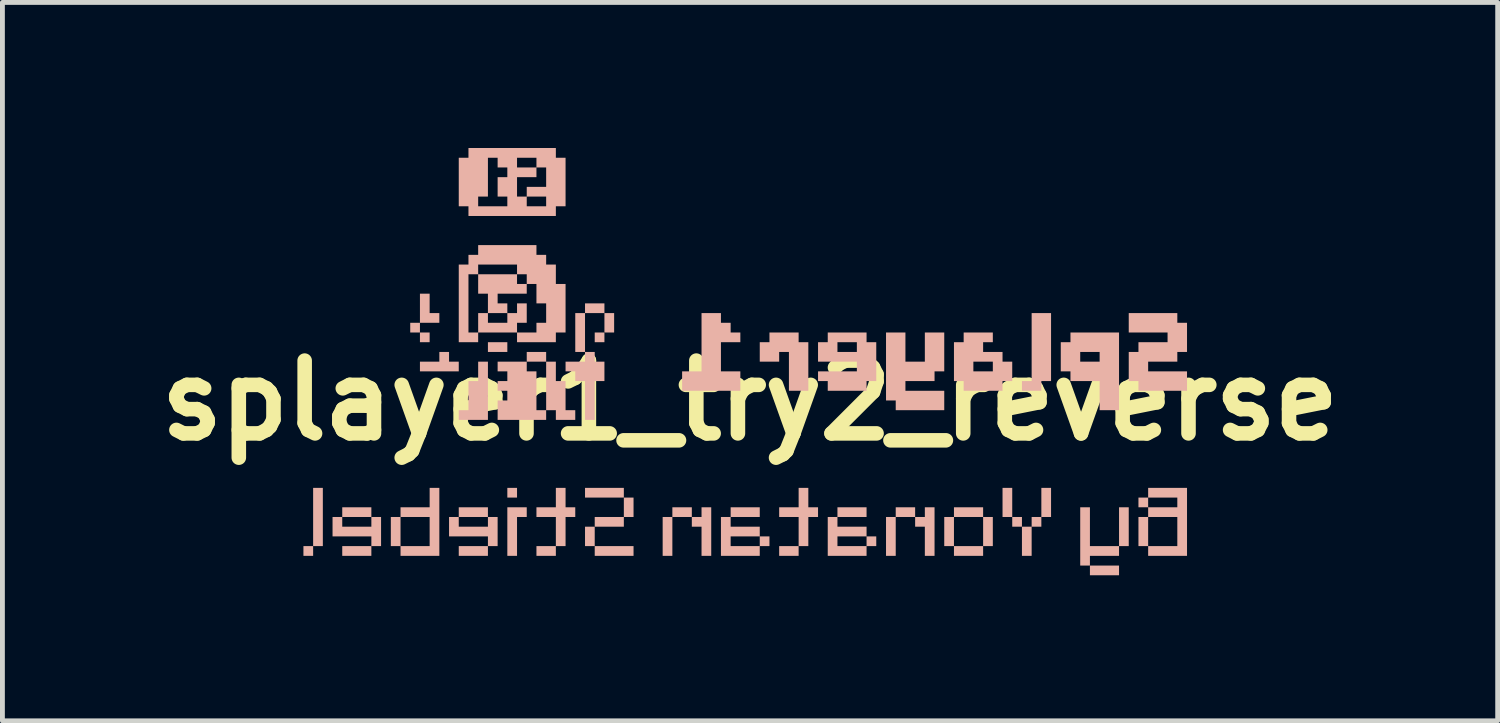
<source format=kicad_pcb>
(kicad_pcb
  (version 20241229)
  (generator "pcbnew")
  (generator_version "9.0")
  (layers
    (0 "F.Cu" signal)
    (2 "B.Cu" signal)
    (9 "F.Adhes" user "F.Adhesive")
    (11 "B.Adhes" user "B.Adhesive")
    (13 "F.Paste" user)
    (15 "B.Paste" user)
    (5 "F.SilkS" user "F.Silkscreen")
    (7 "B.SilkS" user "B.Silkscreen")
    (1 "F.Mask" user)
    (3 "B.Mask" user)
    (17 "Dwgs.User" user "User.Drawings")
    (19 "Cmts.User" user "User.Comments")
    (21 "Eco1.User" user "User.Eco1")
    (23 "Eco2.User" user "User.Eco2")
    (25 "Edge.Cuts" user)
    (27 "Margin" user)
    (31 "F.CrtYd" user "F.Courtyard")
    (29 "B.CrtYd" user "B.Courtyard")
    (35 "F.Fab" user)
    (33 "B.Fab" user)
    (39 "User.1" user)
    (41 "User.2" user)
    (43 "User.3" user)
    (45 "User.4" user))
  (footprint "splayer1_try2_reverse"
    (layer "F.Cu")
    (at 12.007 5.203)
    (property "Reference" "splayer1_try2_reverse" (at 0.4 0 0) (layer "F.SilkS") (effects (font (size 1.5 1.5) (thickness 0.3))))
    (attr board_only exclude_from_pos_files exclude_from_bom)
    (fp_poly (pts (xy -8.804 3.102) (xy -8.804 3.202) (xy -8.704 3.202) (xy -8.604 3.202) (xy -8.604 3.102) (xy -8.604 3.001) (xy -8.704 3.001) (xy -8.804 3.001)) (stroke (width 0) (type solid)) (fill yes) (layer "B.SilkS"))
    (fp_poly (pts (xy -8.604 2.401) (xy -8.604 3.001) (xy -8.504 3.001) (xy -8.404 3.001) (xy -8.404 2.401) (xy -8.404 1.801) (xy -8.504 1.801) (xy -8.604 1.801)) (stroke (width 0) (type solid)) (fill yes) (layer "B.SilkS"))
    (fp_poly (pts (xy -8.004 3.102) (xy -8.004 3.202) (xy -7.704 3.202) (xy -7.404 3.202) (xy -7.404 3.102) (xy -7.404 3.001) (xy -7.704 3.001) (xy -8.004 3.001)) (stroke (width 0) (type solid)) (fill yes) (layer "B.SilkS"))
    (fp_poly (pts (xy -5.603 3.102) (xy -5.603 3.202) (xy -5.303 3.202) (xy -5.002 3.202) (xy -5.002 3.102) (xy -5.002 3.001) (xy -5.303 3.001) (xy -5.603 3.001)) (stroke (width 0) (type solid)) (fill yes) (layer "B.SilkS"))
    (fp_poly (pts (xy -5.002 -1.101) (xy -5.002 -1) (xy -4.802 -1) (xy -4.602 -1) (xy -4.602 -1.101) (xy -4.602 -1.201) (xy -4.802 -1.201) (xy -5.002 -1.201)) (stroke (width 0) (type solid)) (fill yes) (layer "B.SilkS"))
    (fp_poly (pts (xy -4.602 1.901) (xy -4.602 2.001) (xy -4.502 2.001) (xy -4.402 2.001) (xy -4.402 1.901) (xy -4.402 1.801) (xy -4.502 1.801) (xy -4.602 1.801)) (stroke (width 0) (type solid)) (fill yes) (layer "B.SilkS"))
    (fp_poly (pts (xy -4.002 3.102) (xy -4.002 3.202) (xy -3.802 3.202) (xy -3.602 3.202) (xy -3.602 3.102) (xy -3.602 3.001) (xy -3.802 3.001) (xy -4.002 3.001)) (stroke (width 0) (type solid)) (fill yes) (layer "B.SilkS"))
    (fp_poly (pts (xy -2.801 -1.301) (xy -2.801 -1.201) (xy -2.701 -1.201) (xy -2.601 -1.201) (xy -2.601 -1.301) (xy -2.601 -1.401) (xy -2.701 -1.401) (xy -2.801 -1.401)) (stroke (width 0) (type solid)) (fill yes) (layer "B.SilkS"))
    (fp_poly (pts (xy -2.801 2.501) (xy -2.801 2.601) (xy -2.501 2.601) (xy -2.201 2.601) (xy -2.201 2.501) (xy -2.201 2.401) (xy -2.501 2.401) (xy -2.801 2.401)) (stroke (width 0) (type solid)) (fill yes) (layer "B.SilkS"))
    (fp_poly (pts (xy -1.401 2.801) (xy -1.401 3.202) (xy -1.301 3.202) (xy -1.201 3.202) (xy -1.201 2.801) (xy -1.201 2.401) (xy -1.301 2.401) (xy -1.401 2.401)) (stroke (width 0) (type solid)) (fill yes) (layer "B.SilkS"))
    (fp_poly (pts (xy 0.000001 2.301) (xy 0.000001 2.401) (xy 0.3 2.401) (xy 0.6 2.401) (xy 0.6 2.301) (xy 0.6 2.201) (xy 0.3 2.201) (xy 0.000001 2.201)) (stroke (width 0) (type solid)) (fill yes) (layer "B.SilkS"))
    (fp_poly (pts (xy 1 3.102) (xy 1 3.202) (xy 1.201 3.202) (xy 1.401 3.202) (xy 1.401 3.102) (xy 1.401 3.001) (xy 1.201 3.001) (xy 1 3.001)) (stroke (width 0) (type solid)) (fill yes) (layer "B.SilkS"))
    (fp_poly (pts (xy 2.201 2.301) (xy 2.201 2.401) (xy 2.501 2.401) (xy 2.801 2.401) (xy 2.801 2.301) (xy 2.801 2.201) (xy 2.501 2.201) (xy 2.201 2.201)) (stroke (width 0) (type solid)) (fill yes) (layer "B.SilkS"))
    (fp_poly (pts (xy 3.202 2.801) (xy 3.202 3.202) (xy 3.302 3.202) (xy 3.402 3.202) (xy 3.402 2.801) (xy 3.402 2.401) (xy 3.302 2.401) (xy 3.202 2.401)) (stroke (width 0) (type solid)) (fill yes) (layer "B.SilkS"))
    (fp_poly (pts (xy 6.403 2.101) (xy 6.403 2.401) (xy 6.503 2.401) (xy 6.603 2.401) (xy 6.603 2.101) (xy 6.603 1.801) (xy 6.503 1.801) (xy 6.403 1.801)) (stroke (width 0) (type solid)) (fill yes) (layer "B.SilkS"))
    (fp_poly (pts (xy -6.403 -1.901) (xy -6.403 -1.601) (xy -6.203 -1.601) (xy -6.003 -1.601) (xy -6.003 -1.701) (xy -6.003 -1.801) (xy -6.103 -1.801) (xy -6.203 -1.801) (xy -6.203 -2.001) (xy -6.203 -2.201) (xy -6.303 -2.201) (xy -6.403 -2.201)) (stroke (width 0) (type solid)) (fill yes) (layer "B.SilkS"))
    (fp_poly (pts (xy -4.602 2.701) (xy -4.602 3.202) (xy -4.502 3.202) (xy -4.402 3.202) (xy -4.402 2.801) (xy -4.402 2.401) (xy -4.302 2.401) (xy -4.202 2.401) (xy -4.202 2.301) (xy -4.202 2.201) (xy -4.402 2.201) (xy -4.602 2.201)) (stroke (width 0) (type solid)) (fill yes) (layer "B.SilkS"))
    (fp_poly (pts (xy -6.603 -1.501) (xy -6.603 -1.401) (xy -6.503 -1.401) (xy -6.403 -1.401) (xy -6.403 -1.301) (xy -6.403 -1.201) (xy -6.303 -1.201) (xy -6.203 -1.201) (xy -6.203 -1.301) (xy -6.203 -1.401) (xy -6.303 -1.401) (xy -6.403 -1.401) (xy -6.403 -1.501) (xy -6.403 -1.601) (xy -6.503 -1.601) (xy -6.603 -1.601)) (stroke (width 0) (type solid)) (fill yes) (layer "B.SilkS"))
    (fp_poly (pts (xy -6.003 -0.9) (xy -6.003 -0.8) (xy -6.203 -0.8) (xy -6.403 -0.8) (xy -6.403 -0.7) (xy -6.403 -0.6) (xy -6.003 -0.6) (xy -5.603 -0.6) (xy -5.603 -0.7) (xy -5.603 -0.8) (xy -5.703 -0.8) (xy -5.803 -0.8) (xy -5.803 -0.9) (xy -5.803 -1) (xy -5.903 -1) (xy -6.003 -1)) (stroke (width 0) (type solid)) (fill yes) (layer "B.SilkS"))
    (fp_poly (pts (xy -5.203 -0.6) (xy -5.203 -0.4) (xy -5.303 -0.4) (xy -5.403 -0.4) (xy -5.403 -0.1) (xy -5.403 0.2) (xy -5.503 0.2) (xy -5.603 0.2) (xy -5.603 0.3) (xy -5.603 0.4) (xy -5.303 0.4) (xy -5.002 0.4) (xy -5.002 -0.2) (xy -5.002 -0.8) (xy -5.103 -0.8) (xy -5.203 -0.8)) (stroke (width 0) (type solid)) (fill yes) (layer "B.SilkS"))
    (fp_poly (pts (xy -3.001 -1.901) (xy -3.001 -1.801) (xy -2.801 -1.801) (xy -2.601 -1.801) (xy -2.601 -1.601) (xy -2.601 -1.401) (xy -2.501 -1.401) (xy -2.401 -1.401) (xy -2.401 -1.601) (xy -2.401 -1.801) (xy -2.501 -1.801) (xy -2.601 -1.801) (xy -2.601 -1.901) (xy -2.601 -2.001) (xy -2.801 -2.001) (xy -3.001 -2.001)) (stroke (width 0) (type solid)) (fill yes) (layer "B.SilkS"))
    (fp_poly (pts (xy -3.001 1.901) (xy -3.001 2.001) (xy -2.601 2.001) (xy -2.201 2.001) (xy -2.201 2.201) (xy -2.201 2.401) (xy -2.101 2.401) (xy -2.001 2.401) (xy -2.001 2.201) (xy -2.001 2.001) (xy -2.101 2.001) (xy -2.201 2.001) (xy -2.201 1.901) (xy -2.201 1.801) (xy -2.601 1.801) (xy -3.001 1.801)) (stroke (width 0) (type solid)) (fill yes) (layer "B.SilkS"))
    (fp_poly (pts (xy -3.001 2.801) (xy -3.001 3.001) (xy -2.901 3.001) (xy -2.801 3.001) (xy -2.801 3.102) (xy -2.801 3.202) (xy -2.401 3.202) (xy -2.001 3.202) (xy -2.001 3.102) (xy -2.001 3.001) (xy -2.401 3.001) (xy -2.801 3.001) (xy -2.801 2.801) (xy -2.801 2.601) (xy -2.901 2.601) (xy -3.001 2.601)) (stroke (width 0) (type solid)) (fill yes) (layer "B.SilkS"))
    (fp_poly (pts (xy 6.203 -1.101) (xy 6.203 -0.4) (xy 6.103 -0.4) (xy 6.003 -0.4) (xy 6.003 -0.3) (xy 6.003 -0.2) (xy 6.203 -0.2) (xy 6.403 -0.2) (xy 6.403 -0.3) (xy 6.403 -0.4) (xy 6.503 -0.4) (xy 6.603 -0.4) (xy 6.603 -1.101) (xy 6.603 -1.801) (xy 6.403 -1.801) (xy 6.203 -1.801)) (stroke (width 0) (type solid)) (fill yes) (layer "B.SilkS"))
    (fp_poly (pts (xy -5.203 -2.401) (xy -5.203 -2.201) (xy -5.103 -2.201) (xy -5.002 -2.201) (xy -5.002 -2.001) (xy -5.002 -1.801) (xy -4.802 -1.801) (xy -4.602 -1.801) (xy -4.602 -1.901) (xy -4.602 -2.001) (xy -4.702 -2.001) (xy -4.802 -2.001) (xy -4.802 -2.101) (xy -4.802 -2.201) (xy -4.502 -2.201) (xy -4.202 -2.201) (xy -4.202 -2.301) (xy -4.202 -2.401) (xy -4.302 -2.401) (xy -4.402 -2.401) (xy -4.402 -2.501) (xy -4.402 -2.601) (xy -4.802 -2.601) (xy -5.203 -2.601)) (stroke (width 0) (type solid)) (fill yes) (layer "B.SilkS"))
    (fp_poly (pts (xy -3.602 2.001) (xy -3.602 2.201) (xy -3.802 2.201) (xy -4.002 2.201) (xy -4.002 2.301) (xy -4.002 2.401) (xy -3.802 2.401) (xy -3.602 2.401) (xy -3.602 2.701) (xy -3.602 3.001) (xy -3.502 3.001) (xy -3.402 3.001) (xy -3.402 2.701) (xy -3.402 2.401) (xy -3.302 2.401) (xy -3.202 2.401) (xy -3.202 2.301) (xy -3.202 2.201) (xy -3.302 2.201) (xy -3.402 2.201) (xy -3.402 2.001) (xy -3.402 1.801) (xy -3.502 1.801) (xy -3.602 1.801)) (stroke (width 0) (type solid)) (fill yes) (layer "B.SilkS"))
    (fp_poly (pts (xy -0.6 2.301) (xy -0.6 2.401) (xy -0.7 2.401) (xy -0.8 2.401) (xy -0.8 2.301) (xy -0.8 2.201) (xy -1 2.201) (xy -1.201 2.201) (xy -1.201 2.301) (xy -1.201 2.401) (xy -1 2.401) (xy -0.8 2.401) (xy -0.8 2.501) (xy -0.8 2.601) (xy -0.7 2.601) (xy -0.6 2.601) (xy -0.6 2.901) (xy -0.6 3.202) (xy -0.5 3.202) (xy -0.4 3.202) (xy -0.4 2.701) (xy -0.4 2.201) (xy -0.5 2.201) (xy -0.6 2.201)) (stroke (width 0) (type solid)) (fill yes) (layer "B.SilkS"))
    (fp_poly (pts (xy 0.8 -1.301) (xy 0.8 -1.201) (xy 0.7 -1.201) (xy 0.6 -1.201) (xy 0.6 -1) (xy 0.6 -0.8) (xy 0.8 -0.8) (xy 1 -0.8) (xy 1 -0.9) (xy 1 -1) (xy 1.101 -1) (xy 1.201 -1) (xy 1.201 -0.6) (xy 1.201 -0.2) (xy 1.401 -0.2) (xy 1.601 -0.2) (xy 1.601 -0.7) (xy 1.601 -1.201) (xy 1.501 -1.201) (xy 1.401 -1.201) (xy 1.401 -1.301) (xy 1.401 -1.401) (xy 1.101 -1.401) (xy 0.8 -1.401)) (stroke (width 0) (type solid)) (fill yes) (layer "B.SilkS"))
    (fp_poly (pts (xy 1.401 2.001) (xy 1.401 2.201) (xy 1.201 2.201) (xy 1 2.201) (xy 1 2.301) (xy 1 2.401) (xy 1.201 2.401) (xy 1.401 2.401) (xy 1.401 2.701) (xy 1.401 3.001) (xy 1.501 3.001) (xy 1.601 3.001) (xy 1.601 2.701) (xy 1.601 2.401) (xy 1.701 2.401) (xy 1.801 2.401) (xy 1.801 2.301) (xy 1.801 2.201) (xy 1.701 2.201) (xy 1.601 2.201) (xy 1.601 2.001) (xy 1.601 1.801) (xy 1.501 1.801) (xy 1.401 1.801)) (stroke (width 0) (type solid)) (fill yes) (layer "B.SilkS"))
    (fp_poly (pts (xy 4.002 2.301) (xy 4.002 2.401) (xy 3.902 2.401) (xy 3.802 2.401) (xy 3.802 2.301) (xy 3.802 2.201) (xy 3.602 2.201) (xy 3.402 2.201) (xy 3.402 2.301) (xy 3.402 2.401) (xy 3.602 2.401) (xy 3.802 2.401) (xy 3.802 2.501) (xy 3.802 2.601) (xy 3.902 2.601) (xy 4.002 2.601) (xy 4.002 2.901) (xy 4.002 3.202) (xy 4.102 3.202) (xy 4.202 3.202) (xy 4.202 2.701) (xy 4.202 2.201) (xy 4.102 2.201) (xy 4.002 2.201)) (stroke (width 0) (type solid)) (fill yes) (layer "B.SilkS"))
    (fp_poly (pts (xy -8.004 2.301) (xy -8.004 2.401) (xy -7.704 2.401) (xy -7.404 2.401) (xy -7.404 2.501) (xy -7.404 2.601) (xy -7.704 2.601) (xy -8.004 2.601) (xy -8.004 2.501) (xy -8.004 2.401) (xy -8.104 2.401) (xy -8.204 2.401) (xy -8.204 2.601) (xy -8.204 2.801) (xy -7.804 2.801) (xy -7.404 2.801) (xy -7.404 2.901) (xy -7.404 3.001) (xy -7.304 3.001) (xy -7.204 3.001) (xy -7.204 2.701) (xy -7.204 2.401) (xy -7.304 2.401) (xy -7.404 2.401) (xy -7.404 2.301) (xy -7.404 2.201) (xy -7.704 2.201) (xy -8.004 2.201)) (stroke (width 0) (type solid)) (fill yes) (layer "B.SilkS"))
    (fp_poly (pts (xy -6.203 2.001) (xy -6.203 2.201) (xy -6.503 2.201) (xy -6.803 2.201) (xy -6.803 2.301) (xy -6.803 2.401) (xy -6.503 2.401) (xy -6.203 2.401) (xy -6.203 2.701) (xy -6.203 3.001) (xy -6.503 3.001) (xy -6.803 3.001) (xy -6.803 2.701) (xy -6.803 2.401) (xy -6.903 2.401) (xy -7.003 2.401) (xy -7.003 2.701) (xy -7.003 3.001) (xy -6.903 3.001) (xy -6.803 3.001) (xy -6.803 3.102) (xy -6.803 3.202) (xy -6.403 3.202) (xy -6.003 3.202) (xy -6.003 2.501) (xy -6.003 1.801) (xy -6.103 1.801) (xy -6.203 1.801)) (stroke (width 0) (type solid)) (fill yes) (layer "B.SilkS"))
    (fp_poly (pts (xy -5.603 2.301) (xy -5.603 2.401) (xy -5.303 2.401) (xy -5.002 2.401) (xy -5.002 2.501) (xy -5.002 2.601) (xy -5.303 2.601) (xy -5.603 2.601) (xy -5.603 2.501) (xy -5.603 2.401) (xy -5.703 2.401) (xy -5.803 2.401) (xy -5.803 2.601) (xy -5.803 2.801) (xy -5.403 2.801) (xy -5.002 2.801) (xy -5.002 2.901) (xy -5.002 3.001) (xy -4.902 3.001) (xy -4.802 3.001) (xy -4.802 2.701) (xy -4.802 2.401) (xy -4.902 2.401) (xy -5.002 2.401) (xy -5.002 2.301) (xy -5.002 2.201) (xy -5.303 2.201) (xy -5.603 2.201)) (stroke (width 0) (type solid)) (fill yes) (layer "B.SilkS"))
    (fp_poly (pts (xy -0.6 -1.201) (xy -0.6 -0.6) (xy -0.8 -0.6) (xy -1 -0.6) (xy -1 -0.4) (xy -1 -0.2) (xy -0.4 -0.2) (xy 0.2 -0.2) (xy 0.2 -0.4) (xy 0.2 -0.6) (xy 0.000001 -0.6) (xy -0.2 -0.6) (xy -0.2 -0.9) (xy -0.2 -1.201) (xy 0.000001 -1.201) (xy 0.2 -1.201) (xy 0.2 -1.301) (xy 0.2 -1.401) (xy 0.1 -1.401) (xy 0.000001 -1.401) (xy 0.000001 -1.501) (xy 0.000001 -1.601) (xy -0.1 -1.601) (xy -0.2 -1.601) (xy -0.2 -1.701) (xy -0.2 -1.801) (xy -0.4 -1.801) (xy -0.6 -1.801)) (stroke (width 0) (type solid)) (fill yes) (layer "B.SilkS"))
    (fp_poly (pts (xy -0.2 2.801) (xy -0.2 3.202) (xy 0.2 3.202) (xy 0.6 3.202) (xy 0.6 3.102) (xy 0.6 3.001) (xy 0.7 3.001) (xy 0.8 3.001) (xy 0.8 2.901) (xy 0.8 2.801) (xy 0.7 2.801) (xy 0.6 2.801) (xy 0.6 2.901) (xy 0.6 3.001) (xy 0.3 3.001) (xy 0.000001 3.001) (xy 0.000001 2.901) (xy 0.000001 2.801) (xy 0.3 2.801) (xy 0.6 2.801) (xy 0.6 2.701) (xy 0.6 2.601) (xy 0.3 2.601) (xy 0.000001 2.601) (xy 0.000001 2.501) (xy 0.000001 2.401) (xy -0.1 2.401) (xy -0.2 2.401)) (stroke (width 0) (type solid)) (fill yes) (layer "B.SilkS"))
    (fp_poly (pts (xy 2.001 2.801) (xy 2.001 3.202) (xy 2.401 3.202) (xy 2.801 3.202) (xy 2.801 3.102) (xy 2.801 3.001) (xy 2.901 3.001) (xy 3.001 3.001) (xy 3.001 2.901) (xy 3.001 2.801) (xy 2.901 2.801) (xy 2.801 2.801) (xy 2.801 2.901) (xy 2.801 3.001) (xy 2.501 3.001) (xy 2.201 3.001) (xy 2.201 2.901) (xy 2.201 2.801) (xy 2.501 2.801) (xy 2.801 2.801) (xy 2.801 2.701) (xy 2.801 2.601) (xy 2.501 2.601) (xy 2.201 2.601) (xy 2.201 2.501) (xy 2.201 2.401) (xy 2.101 2.401) (xy 2.001 2.401)) (stroke (width 0) (type solid)) (fill yes) (layer "B.SilkS"))
    (fp_poly (pts (xy 7.003 -1.301) (xy 7.003 -1.201) (xy 6.903 -1.201) (xy 6.803 -1.201) (xy 6.803 -0.9) (xy 6.803 -0.6) (xy 6.903 -0.6) (xy 7.003 -0.6) (xy 7.003 -0.5) (xy 7.003 -0.4) (xy 7.304 -0.4) (xy 7.604 -0.4) (xy 7.604 -0.1) (xy 7.604 0.2) (xy 7.804 0.2) (xy 8.004 0.2) (xy 8.004 -0.6) (xy 8.004 -1) (xy 7.604 -1) (xy 7.604 -0.9) (xy 7.604 -0.8) (xy 7.404 -0.8) (xy 7.204 -0.8) (xy 7.204 -0.9) (xy 7.204 -1) (xy 7.404 -1) (xy 7.604 -1) (xy 8.004 -1) (xy 8.004 -1.401) (xy 7.504 -1.401) (xy 7.003 -1.401)) (stroke (width 0) (type solid)) (fill yes) (layer "B.SilkS"))
    (fp_poly (pts (xy 4.002 -1.101) (xy 4.002 -0.8) (xy 3.802 -0.8) (xy 3.602 -0.8) (xy 3.602 -1.101) (xy 3.602 -1.401) (xy 3.402 -1.401) (xy 3.202 -1.401) (xy 3.202 -0.7) (xy 3.202 0) (xy 3.302 0) (xy 3.402 0) (xy 3.402 0.1) (xy 3.402 0.2) (xy 3.902 0.2) (xy 4.402 0.2) (xy 4.402 0) (xy 4.402 -0.2) (xy 4.002 -0.2) (xy 3.602 -0.2) (xy 3.602 -0.3) (xy 3.602 -0.4) (xy 3.902 -0.4) (xy 4.202 -0.4) (xy 4.202 -0.5) (xy 4.202 -0.6) (xy 4.302 -0.6) (xy 4.402 -0.6) (xy 4.402 -1) (xy 4.402 -1.401) (xy 4.202 -1.401) (xy 4.002 -1.401)) (stroke (width 0) (type solid)) (fill yes) (layer "B.SilkS"))
    (fp_poly (pts (xy 4.602 2.301) (xy 4.602 2.401) (xy 4.902 2.401) (xy 5.203 2.401) (xy 5.203 2.701) (xy 5.203 3.001) (xy 4.902 3.001) (xy 4.602 3.001) (xy 4.602 2.701) (xy 4.602 2.401) (xy 4.502 2.401) (xy 4.402 2.401) (xy 4.402 2.701) (xy 4.402 3.001) (xy 4.502 3.001) (xy 4.602 3.001) (xy 4.602 3.102) (xy 4.602 3.202) (xy 4.902 3.202) (xy 5.203 3.202) (xy 5.203 3.102) (xy 5.203 3.001) (xy 5.303 3.001) (xy 5.403 3.001) (xy 5.403 2.701) (xy 5.403 2.401) (xy 5.303 2.401) (xy 5.203 2.401) (xy 5.203 2.301) (xy 5.203 2.201) (xy 4.902 2.201) (xy 4.602 2.201)) (stroke (width 0) (type solid)) (fill yes) (layer "B.SilkS"))
    (fp_poly (pts (xy 5.603 2.101) (xy 5.603 2.401) (xy 5.703 2.401) (xy 5.803 2.401) (xy 5.803 2.501) (xy 5.803 2.601) (xy 5.903 2.601) (xy 6.003 2.601) (xy 6.003 2.901) (xy 6.003 3.202) (xy 6.103 3.202) (xy 6.203 3.202) (xy 6.203 2.901) (xy 6.203 2.601) (xy 6.303 2.601) (xy 6.403 2.601) (xy 6.403 2.501) (xy 6.403 2.401) (xy 6.303 2.401) (xy 6.203 2.401) (xy 6.203 2.501) (xy 6.203 2.601) (xy 6.103 2.601) (xy 6.003 2.601) (xy 6.003 2.501) (xy 6.003 2.401) (xy 5.903 2.401) (xy 5.803 2.401) (xy 5.803 2.101) (xy 5.803 1.801) (xy 5.703 1.801) (xy 5.603 1.801)) (stroke (width 0) (type solid)) (fill yes) (layer "B.SilkS"))
    (fp_poly (pts (xy 8.004 2.601) (xy 8.004 3.001) (xy 7.704 3.001) (xy 7.404 3.001) (xy 7.404 2.601) (xy 7.404 2.201) (xy 7.304 2.201) (xy 7.204 2.201) (xy 7.204 2.801) (xy 7.204 3.402) (xy 7.304 3.402) (xy 7.404 3.402) (xy 7.404 3.502) (xy 7.404 3.602) (xy 7.704 3.602) (xy 8.004 3.602) (xy 8.004 3.502) (xy 8.004 3.402) (xy 7.704 3.402) (xy 7.404 3.402) (xy 7.404 3.302) (xy 7.404 3.202) (xy 7.704 3.202) (xy 8.004 3.202) (xy 8.004 3.102) (xy 8.004 3.001) (xy 8.104 3.001) (xy 8.204 3.001) (xy 8.204 2.601) (xy 8.204 2.201) (xy 8.104 2.201) (xy 8.004 2.201)) (stroke (width 0) (type solid)) (fill yes) (layer "B.SilkS"))
    (fp_poly (pts (xy -3.202 -1.401) (xy -3.202 -1) (xy -3.102 -1) (xy -3.001 -1) (xy -3.001 -0.9) (xy -3.001 -0.8) (xy -3.202 -0.8) (xy -3.402 -0.8) (xy -3.402 -0.7) (xy -3.402 -0.6) (xy -3.302 -0.6) (xy -3.202 -0.6) (xy -3.202 -0.5) (xy -3.202 -0.4) (xy -3.102 -0.4) (xy -3.001 -0.4) (xy -3.001 0) (xy -3.001 0.4) (xy -2.901 0.4) (xy -2.801 0.4) (xy -2.801 0) (xy -2.801 -0.4) (xy -2.701 -0.4) (xy -2.601 -0.4) (xy -2.601 -0.6) (xy -2.601 -0.8) (xy -2.701 -0.8) (xy -2.801 -0.8) (xy -2.801 -0.9) (xy -2.801 -1) (xy -2.901 -1) (xy -3.001 -1) (xy -3.001 -1.401) (xy -3.001 -1.801) (xy -3.102 -1.801) (xy -3.202 -1.801)) (stroke (width 0) (type solid)) (fill yes) (layer "B.SilkS"))
    (fp_poly (pts (xy 8.204 -1.601) (xy 8.204 -1.401) (xy 8.604 -1.401) (xy 9.004 -1.401) (xy 9.004 -1.301) (xy 9.004 -1.201) (xy 8.704 -1.201) (xy 8.404 -1.201) (xy 8.404 -1.101) (xy 8.404 -1) (xy 8.304 -1) (xy 8.204 -1) (xy 8.204 -0.7) (xy 8.204 -0.4) (xy 8.304 -0.4) (xy 8.404 -0.4) (xy 8.404 -0.3) (xy 8.404 -0.2) (xy 8.904 -0.2) (xy 9.405 -0.2) (xy 9.405 -0.4) (xy 9.405 -0.6) (xy 9.004 -0.6) (xy 8.604 -0.6) (xy 8.604 -0.7) (xy 8.604 -0.8) (xy 8.904 -0.8) (xy 9.205 -0.8) (xy 9.205 -0.9) (xy 9.205 -1) (xy 9.305 -1) (xy 9.405 -1) (xy 9.405 -1.301) (xy 9.405 -1.601) (xy 9.305 -1.601) (xy 9.205 -1.601) (xy 9.205 -1.701) (xy 9.205 -1.801) (xy 8.704 -1.801) (xy 8.204 -1.801)) (stroke (width 0) (type solid)) (fill yes) (layer "B.SilkS"))
    (fp_poly (pts (xy 8.604 1.901) (xy 8.604 2.001) (xy 8.904 2.001) (xy 9.205 2.001) (xy 9.205 2.101) (xy 9.205 2.201) (xy 8.904 2.201) (xy 8.604 2.201) (xy 8.604 2.101) (xy 8.604 2.001) (xy 8.504 2.001) (xy 8.404 2.001) (xy 8.404 2.101) (xy 8.404 2.201) (xy 8.504 2.201) (xy 8.604 2.201) (xy 8.604 2.301) (xy 8.604 2.401) (xy 8.904 2.401) (xy 9.205 2.401) (xy 9.205 2.701) (xy 9.205 3.001) (xy 8.904 3.001) (xy 8.604 3.001) (xy 8.604 2.701) (xy 8.604 2.401) (xy 8.504 2.401) (xy 8.404 2.401) (xy 8.404 2.701) (xy 8.404 3.001) (xy 8.504 3.001) (xy 8.604 3.001) (xy 8.604 3.102) (xy 8.604 3.202) (xy 9.004 3.202) (xy 9.405 3.202) (xy 9.405 2.501) (xy 9.405 1.801) (xy 9.004 1.801) (xy 8.604 1.801)) (stroke (width 0) (type solid)) (fill yes) (layer "B.SilkS"))
    (fp_poly (pts (xy 2.001 -1.301) (xy 2.001 -1.201) (xy 1.901 -1.201) (xy 1.801 -1.201) (xy 1.801 -1) (xy 1.801 -0.8) (xy 2.201 -0.8) (xy 2.601 -0.8) (xy 2.601 -0.7) (xy 2.601 -0.6) (xy 2.201 -0.6) (xy 1.801 -0.6) (xy 1.801 -0.5) (xy 1.801 -0.4) (xy 1.901 -0.4) (xy 2.001 -0.4) (xy 2.001 -0.3) (xy 2.001 -0.2) (xy 2.401 -0.2) (xy 2.801 -0.2) (xy 2.801 -0.3) (xy 2.801 -0.4) (xy 2.901 -0.4) (xy 3.001 -0.4) (xy 3.001 -0.8) (xy 3.001 -1.201) (xy 2.901 -1.201) (xy 2.801 -1.201) (xy 2.601 -1.201) (xy 2.601 -1.101) (xy 2.601 -1) (xy 2.401 -1) (xy 2.201 -1) (xy 2.201 -1.101) (xy 2.201 -1.201) (xy 2.401 -1.201) (xy 2.601 -1.201) (xy 2.801 -1.201) (xy 2.801 -1.301) (xy 2.801 -1.401) (xy 2.401 -1.401) (xy 2.001 -1.401)) (stroke (width 0) (type solid)) (fill yes) (layer "B.SilkS"))
    (fp_poly (pts (xy 4.802 -1.301) (xy 4.802 -1.201) (xy 4.702 -1.201) (xy 4.602 -1.201) (xy 4.602 -0.8) (xy 4.602 -0.4) (xy 4.702 -0.4) (xy 4.802 -0.4) (xy 4.802 -0.3) (xy 4.802 -0.2) (xy 5.203 -0.2) (xy 5.603 -0.2) (xy 5.603 -0.3) (xy 5.603 -0.4) (xy 5.703 -0.4) (xy 5.803 -0.4) (xy 5.803 -0.6) (xy 5.803 -0.8) (xy 5.703 -0.8) (xy 5.603 -0.8) (xy 5.403 -0.8) (xy 5.403 -0.7) (xy 5.403 -0.6) (xy 5.203 -0.6) (xy 5.002 -0.6) (xy 5.002 -0.7) (xy 5.002 -0.8) (xy 5.203 -0.8) (xy 5.403 -0.8) (xy 5.603 -0.8) (xy 5.603 -0.9) (xy 5.603 -1) (xy 5.403 -1) (xy 5.203 -1) (xy 5.203 -1.101) (xy 5.203 -1.201) (xy 5.303 -1.201) (xy 5.403 -1.201) (xy 5.403 -1.301) (xy 5.403 -1.401) (xy 5.103 -1.401) (xy 4.802 -1.401)) (stroke (width 0) (type solid)) (fill yes) (layer "B.SilkS"))
    (fp_poly (pts (xy -4.202 -0.9) (xy -4.202 -0.8) (xy -4.002 -0.8) (xy -3.802 -0.8) (xy -3.802 -0.3) (xy -3.802 0.2) (xy -3.902 0.2) (xy -4.002 0.2) (xy -4.002 -0.2) (xy -4.002 -0.6) (xy -4.102 -0.6) (xy -4.202 -0.6) (xy -4.202 -0.7) (xy -4.202 -0.8) (xy -4.502 -0.8) (xy -4.802 -0.8) (xy -4.802 -0.7) (xy -4.802 -0.6) (xy -4.702 -0.6) (xy -4.602 -0.6) (xy -4.602 -0.5) (xy -4.602 -0.4) (xy -4.702 -0.4) (xy -4.802 -0.4) (xy -4.802 -0.3) (xy -4.802 -0.2) (xy -4.702 -0.2) (xy -4.602 -0.2) (xy -4.602 -0.1) (xy -4.602 0) (xy -4.702 0) (xy -4.802 0) (xy -4.802 0.2) (xy -4.802 0.4) (xy -4.302 0.4) (xy -3.802 0.4) (xy -3.802 0.3) (xy -3.802 0.2) (xy -3.702 0.2) (xy -3.602 0.2) (xy -3.602 0.3) (xy -3.602 0.4) (xy -3.402 0.4) (xy -3.202 0.4) (xy -3.202 0.3) (xy -3.202 0.2) (xy -3.302 0.2) (xy -3.402 0.2) (xy -3.402 -0.1) (xy -3.402 -0.4) (xy -3.502 -0.4) (xy -3.602 -0.4) (xy -3.602 -0.6) (xy -3.602 -0.8) (xy -3.702 -0.8) (xy -3.802 -0.8) (xy -3.802 -0.9) (xy -3.802 -1) (xy -4.002 -1) (xy -4.202 -1)) (stroke (width 0) (type solid)) (fill yes) (layer "B.SilkS"))
    (fp_poly (pts (xy -5.403 -5.103) (xy -5.403 -5.002) (xy -5.503 -5.002) (xy -5.603 -5.002) (xy -5.603 -4.502) (xy -5.603 -4.002) (xy -5.503 -4.002) (xy -5.403 -4.002) (xy -5.403 -3.902) (xy -5.403 -3.802) (xy -4.502 -3.802) (xy -3.602 -3.802) (xy -3.602 -3.902) (xy -3.602 -4.002) (xy -3.802 -4.002) (xy -4.002 -4.002) (xy -4.202 -4.002) (xy -4.602 -4.002) (xy -4.902 -4.002) (xy -5.203 -4.002) (xy -5.203 -4.102) (xy -5.203 -4.202) (xy -5.103 -4.202) (xy -5.002 -4.202) (xy -5.002 -4.602) (xy -5.002 -5.002) (xy -4.902 -5.002) (xy -4.802 -5.002) (xy -4.802 -4.902) (xy -4.802 -4.802) (xy -4.702 -4.802) (xy -4.602 -4.802) (xy -4.602 -4.702) (xy -4.602 -4.602) (xy -4.702 -4.602) (xy -4.802 -4.602) (xy -4.802 -4.402) (xy -4.802 -4.202) (xy -4.702 -4.202) (xy -4.602 -4.202) (xy -4.602 -4.102) (xy -4.602 -4.002) (xy -4.202 -4.002) (xy -4.202 -4.102) (xy -4.202 -4.202) (xy -4.302 -4.202) (xy -4.402 -4.202) (xy -4.402 -4.402) (xy -4.402 -4.602) (xy -4.202 -4.602) (xy -4.002 -4.602) (xy -4.002 -4.702) (xy -4.002 -4.802) (xy -4.202 -4.802) (xy -4.402 -4.802) (xy -4.402 -4.902) (xy -4.402 -5.002) (xy -4.202 -5.002) (xy -4.002 -5.002) (xy -4.002 -4.902) (xy -4.002 -4.802) (xy -3.902 -4.802) (xy -3.802 -4.802) (xy -3.802 -4.602) (xy -3.802 -4.402) (xy -4.002 -4.402) (xy -4.202 -4.402) (xy -4.202 -4.302) (xy -4.202 -4.202) (xy -4.002 -4.202) (xy -3.802 -4.202) (xy -3.802 -4.102) (xy -3.802 -4.002) (xy -3.602 -4.002) (xy -3.502 -4.002) (xy -3.402 -4.002) (xy -3.402 -4.502) (xy -3.402 -5.002) (xy -3.502 -5.002) (xy -3.602 -5.002) (xy -3.602 -5.103) (xy -3.602 -5.203) (xy -4.502 -5.203) (xy -5.403 -5.203)) (stroke (width 0) (type solid)) (fill yes) (layer "B.SilkS"))
    (fp_poly (pts (xy -5.203 -3.102) (xy -5.203 -3.001) (xy -5.303 -3.001) (xy -5.403 -3.001) (xy -5.403 -2.901) (xy -5.403 -2.801) (xy -5.503 -2.801) (xy -5.603 -2.801) (xy -5.603 -2.001) (xy -5.603 -1.201) (xy -5.403 -1.201) (xy -5.203 -1.201) (xy -5.203 -1.301) (xy -5.203 -1.401) (xy -4.802 -1.401) (xy -4.402 -1.401) (xy -4.402 -1.301) (xy -4.402 -1.201) (xy -4.002 -1.201) (xy -3.602 -1.201) (xy -3.602 -1.301) (xy -3.602 -1.401) (xy -3.502 -1.401) (xy -3.402 -1.401) (xy -3.402 -1.601) (xy -3.802 -1.601) (xy -3.902 -1.601) (xy -4.002 -1.601) (xy -4.002 -1.501) (xy -4.002 -1.401) (xy -4.202 -1.401) (xy -4.402 -1.401) (xy -4.402 -1.501) (xy -4.402 -1.601) (xy -4.302 -1.601) (xy -4.202 -1.601) (xy -4.202 -1.801) (xy -4.202 -2.001) (xy -4.302 -2.001) (xy -4.402 -2.001) (xy -4.402 -1.901) (xy -4.402 -1.801) (xy -4.502 -1.801) (xy -4.602 -1.801) (xy -4.602 -1.701) (xy -4.602 -1.601) (xy -4.802 -1.601) (xy -5.002 -1.601) (xy -5.002 -1.701) (xy -5.002 -1.801) (xy -5.103 -1.801) (xy -5.203 -1.801) (xy -5.203 -1.601) (xy -5.203 -1.401) (xy -5.303 -1.401) (xy -5.403 -1.401) (xy -5.403 -2.001) (xy -5.403 -2.601) (xy -5.303 -2.601) (xy -5.203 -2.601) (xy -5.203 -2.701) (xy -5.203 -2.801) (xy -4.802 -2.801) (xy -4.402 -2.801) (xy -4.402 -2.701) (xy -4.402 -2.601) (xy -4.302 -2.601) (xy -4.202 -2.601) (xy -4.202 -2.501) (xy -4.202 -2.401) (xy -4.102 -2.401) (xy -4.002 -2.401) (xy -4.002 -2.201) (xy -4.002 -2.001) (xy -3.902 -2.001) (xy -3.802 -2.001) (xy -3.802 -1.801) (xy -3.802 -1.601) (xy -3.402 -1.601) (xy -3.402 -1.901) (xy -3.402 -2.401) (xy -3.502 -2.401) (xy -3.602 -2.401) (xy -3.602 -2.601) (xy -3.602 -2.801) (xy -3.702 -2.801) (xy -3.802 -2.801) (xy -3.802 -2.901) (xy -3.802 -3.001) (xy -3.902 -3.001) (xy -4.002 -3.001) (xy -4.002 -3.102) (xy -4.002 -3.202) (xy -4.602 -3.202) (xy -5.203 -3.202)) (stroke (width 0) (type solid)) (fill yes) (layer "B.SilkS")))
  (gr_rect
    (start -3 -3)
    (end 27.814 11.804)
    (stroke (width 0.1) (type default))
    (fill no)
    (layer "Edge.Cuts")))
</source>
